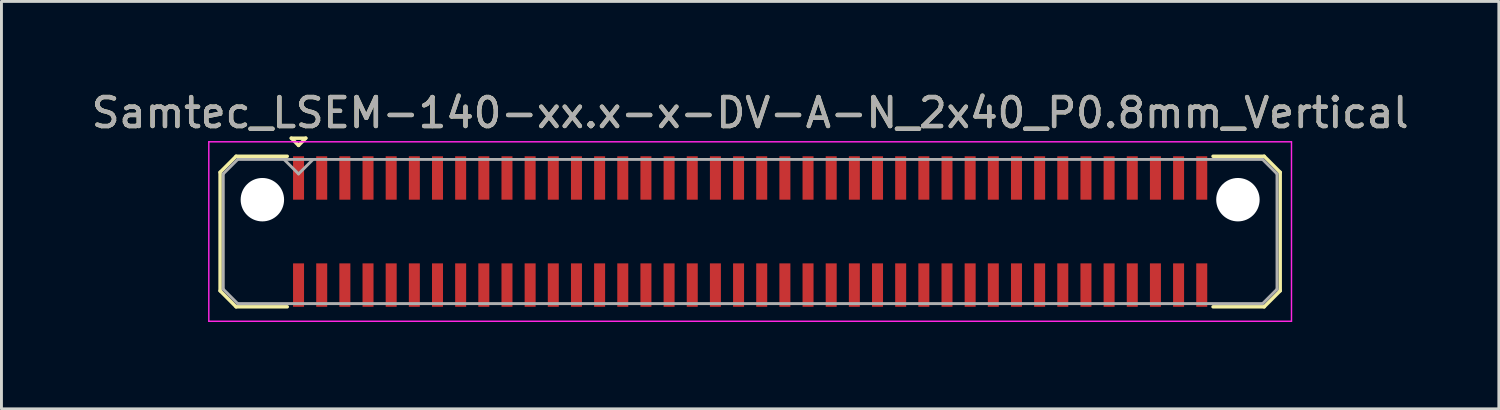
<source format=kicad_pcb>
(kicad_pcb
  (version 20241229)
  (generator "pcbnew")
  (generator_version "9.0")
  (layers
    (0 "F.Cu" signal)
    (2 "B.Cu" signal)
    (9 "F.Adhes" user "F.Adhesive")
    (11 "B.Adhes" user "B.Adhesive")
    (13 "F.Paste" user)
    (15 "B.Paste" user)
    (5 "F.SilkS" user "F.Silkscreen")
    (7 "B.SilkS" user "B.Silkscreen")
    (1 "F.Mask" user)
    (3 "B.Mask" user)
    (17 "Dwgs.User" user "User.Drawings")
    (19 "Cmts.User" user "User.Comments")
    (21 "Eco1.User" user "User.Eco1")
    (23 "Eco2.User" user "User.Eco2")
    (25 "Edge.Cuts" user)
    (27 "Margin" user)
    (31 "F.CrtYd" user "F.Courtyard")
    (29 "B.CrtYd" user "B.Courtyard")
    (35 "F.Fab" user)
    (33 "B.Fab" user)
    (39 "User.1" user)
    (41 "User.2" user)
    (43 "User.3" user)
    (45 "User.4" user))
  (footprint "Samtec_LSEM-140-xx.x-x-DV-A-N_2x40_P0.8mm_Vertical"
    (layer "F.Cu")
    (at 22.863 4.948)
    (property "Reference" "Samtec_LSEM-140-xx.x-x-DV-A-N_2x40_P0.8mm_Vertical" (at 0 -4.1 0) (layer "F.SilkS") (effects (font (size 1 1) (thickness 0.15))))
    (attr smd)
    (fp_line (start -18.31 -2.047) (end -18.31 2.047) (stroke (width 0.12) (type solid)) (layer "F.SilkS"))
    (fp_line (start -18.31 2.047) (end -17.757 2.6) (stroke (width 0.12) (type solid)) (layer "F.SilkS"))
    (fp_line (start -17.757 -2.6) (end -18.31 -2.047) (stroke (width 0.12) (type solid)) (layer "F.SilkS"))
    (fp_line (start -17.757 2.6) (end -15.99 2.6) (stroke (width 0.12) (type solid)) (layer "F.SilkS"))
    (fp_line (start -15.99 -2.6) (end -17.757 -2.6) (stroke (width 0.12) (type solid)) (layer "F.SilkS"))
    (fp_line (start -15.85 -3.225) (end -15.35 -3.225) (stroke (width 0.12) (type solid)) (layer "F.SilkS"))
    (fp_line (start -15.6 -2.975) (end -15.85 -3.225) (stroke (width 0.12) (type solid)) (layer "F.SilkS"))
    (fp_line (start -15.35 -3.225) (end -15.6 -2.975) (stroke (width 0.12) (type solid)) (layer "F.SilkS"))
    (fp_line (start 15.99 -2.6) (end 17.757 -2.6) (stroke (width 0.12) (type solid)) (layer "F.SilkS"))
    (fp_line (start 17.757 -2.6) (end 18.31 -2.047) (stroke (width 0.12) (type solid)) (layer "F.SilkS"))
    (fp_line (start 17.757 2.6) (end 15.99 2.6) (stroke (width 0.12) (type solid)) (layer "F.SilkS"))
    (fp_line (start 18.31 -2.047) (end 18.31 2.047) (stroke (width 0.12) (type solid)) (layer "F.SilkS"))
    (fp_line (start 18.31 2.047) (end 17.757 2.6) (stroke (width 0.12) (type solid)) (layer "F.SilkS"))
    (fp_line (start -18.7 -3.1) (end -18.7 3.1) (stroke (width 0.05) (type solid)) (layer "F.CrtYd"))
    (fp_line (start -18.7 3.1) (end 18.7 3.1) (stroke (width 0.05) (type solid)) (layer "F.CrtYd"))
    (fp_line (start 18.7 -3.1) (end -18.7 -3.1) (stroke (width 0.05) (type solid)) (layer "F.CrtYd"))
    (fp_line (start 18.7 3.1) (end 18.7 -3.1) (stroke (width 0.05) (type solid)) (layer "F.CrtYd"))
    (fp_line (start -18.2 -1.992) (end -18.2 1.992) (stroke (width 0.1) (type solid)) (layer "F.Fab"))
    (fp_line (start -18.2 1.992) (end -17.702 2.49) (stroke (width 0.1) (type solid)) (layer "F.Fab"))
    (fp_line (start -17.702 -2.49) (end -18.2 -1.992) (stroke (width 0.1) (type solid)) (layer "F.Fab"))
    (fp_line (start -17.702 2.49) (end 17.702 2.49) (stroke (width 0.1) (type solid)) (layer "F.Fab"))
    (fp_line (start -15.6 -1.99) (end -16.1 -2.49) (stroke (width 0.1) (type solid)) (layer "F.Fab"))
    (fp_line (start -15.1 -2.49) (end -15.6 -1.99) (stroke (width 0.1) (type solid)) (layer "F.Fab"))
    (fp_line (start 17.702 -2.49) (end -17.702 -2.49) (stroke (width 0.1) (type solid)) (layer "F.Fab"))
    (fp_line (start 17.702 2.49) (end 18.2 1.992) (stroke (width 0.1) (type solid)) (layer "F.Fab"))
    (fp_line (start 18.2 -1.992) (end 17.702 -2.49) (stroke (width 0.1) (type solid)) (layer "F.Fab"))
    (fp_line (start 18.2 1.992) (end 18.2 -1.992) (stroke (width 0.1) (type solid)) (layer "F.Fab"))
    (fp_text user "${REFERENCE}" (at 0 -4.1 0) (layer "F.Fab") (effects (font (size 1 1) (thickness 0.15))))
    (pad "" np_thru_hole circle (at -16.85 -1.1) (size 1.5 1.5) (drill 1.5) (layers "*.Cu" "*.Mask"))
    (pad "" np_thru_hole circle (at 16.85 -1.1) (size 1.5 1.5) (drill 1.5) (layers "*.Cu" "*.Mask"))
    (pad "1" smd rect (at -15.6 -1.85) (size 0.38 1.5) (layers "F.Cu" "F.Mask" "F.Paste"))
    (pad "2" smd rect (at -15.6 1.85) (size 0.38 1.5) (layers "F.Cu" "F.Mask" "F.Paste"))
    (pad "3" smd rect (at -14.8 -1.85) (size 0.38 1.5) (layers "F.Cu" "F.Mask" "F.Paste"))
    (pad "4" smd rect (at -14.8 1.85) (size 0.38 1.5) (layers "F.Cu" "F.Mask" "F.Paste"))
    (pad "5" smd rect (at -14 -1.85) (size 0.38 1.5) (layers "F.Cu" "F.Mask" "F.Paste"))
    (pad "6" smd rect (at -14 1.85) (size 0.38 1.5) (layers "F.Cu" "F.Mask" "F.Paste"))
    (pad "7" smd rect (at -13.2 -1.85) (size 0.38 1.5) (layers "F.Cu" "F.Mask" "F.Paste"))
    (pad "8" smd rect (at -13.2 1.85) (size 0.38 1.5) (layers "F.Cu" "F.Mask" "F.Paste"))
    (pad "9" smd rect (at -12.4 -1.85) (size 0.38 1.5) (layers "F.Cu" "F.Mask" "F.Paste"))
    (pad "10" smd rect (at -12.4 1.85) (size 0.38 1.5) (layers "F.Cu" "F.Mask" "F.Paste"))
    (pad "11" smd rect (at -11.6 -1.85) (size 0.38 1.5) (layers "F.Cu" "F.Mask" "F.Paste"))
    (pad "12" smd rect (at -11.6 1.85) (size 0.38 1.5) (layers "F.Cu" "F.Mask" "F.Paste"))
    (pad "13" smd rect (at -10.8 -1.85) (size 0.38 1.5) (layers "F.Cu" "F.Mask" "F.Paste"))
    (pad "14" smd rect (at -10.8 1.85) (size 0.38 1.5) (layers "F.Cu" "F.Mask" "F.Paste"))
    (pad "15" smd rect (at -10 -1.85) (size 0.38 1.5) (layers "F.Cu" "F.Mask" "F.Paste"))
    (pad "16" smd rect (at -10 1.85) (size 0.38 1.5) (layers "F.Cu" "F.Mask" "F.Paste"))
    (pad "17" smd rect (at -9.2 -1.85) (size 0.38 1.5) (layers "F.Cu" "F.Mask" "F.Paste"))
    (pad "18" smd rect (at -9.2 1.85) (size 0.38 1.5) (layers "F.Cu" "F.Mask" "F.Paste"))
    (pad "19" smd rect (at -8.4 -1.85) (size 0.38 1.5) (layers "F.Cu" "F.Mask" "F.Paste"))
    (pad "20" smd rect (at -8.4 1.85) (size 0.38 1.5) (layers "F.Cu" "F.Mask" "F.Paste"))
    (pad "21" smd rect (at -7.6 -1.85) (size 0.38 1.5) (layers "F.Cu" "F.Mask" "F.Paste"))
    (pad "22" smd rect (at -7.6 1.85) (size 0.38 1.5) (layers "F.Cu" "F.Mask" "F.Paste"))
    (pad "23" smd rect (at -6.8 -1.85) (size 0.38 1.5) (layers "F.Cu" "F.Mask" "F.Paste"))
    (pad "24" smd rect (at -6.8 1.85) (size 0.38 1.5) (layers "F.Cu" "F.Mask" "F.Paste"))
    (pad "25" smd rect (at -6 -1.85) (size 0.38 1.5) (layers "F.Cu" "F.Mask" "F.Paste"))
    (pad "26" smd rect (at -6 1.85) (size 0.38 1.5) (layers "F.Cu" "F.Mask" "F.Paste"))
    (pad "27" smd rect (at -5.2 -1.85) (size 0.38 1.5) (layers "F.Cu" "F.Mask" "F.Paste"))
    (pad "28" smd rect (at -5.2 1.85) (size 0.38 1.5) (layers "F.Cu" "F.Mask" "F.Paste"))
    (pad "29" smd rect (at -4.4 -1.85) (size 0.38 1.5) (layers "F.Cu" "F.Mask" "F.Paste"))
    (pad "30" smd rect (at -4.4 1.85) (size 0.38 1.5) (layers "F.Cu" "F.Mask" "F.Paste"))
    (pad "31" smd rect (at -3.6 -1.85) (size 0.38 1.5) (layers "F.Cu" "F.Mask" "F.Paste"))
    (pad "32" smd rect (at -3.6 1.85) (size 0.38 1.5) (layers "F.Cu" "F.Mask" "F.Paste"))
    (pad "33" smd rect (at -2.8 -1.85) (size 0.38 1.5) (layers "F.Cu" "F.Mask" "F.Paste"))
    (pad "34" smd rect (at -2.8 1.85) (size 0.38 1.5) (layers "F.Cu" "F.Mask" "F.Paste"))
    (pad "35" smd rect (at -2 -1.85) (size 0.38 1.5) (layers "F.Cu" "F.Mask" "F.Paste"))
    (pad "36" smd rect (at -2 1.85) (size 0.38 1.5) (layers "F.Cu" "F.Mask" "F.Paste"))
    (pad "37" smd rect (at -1.2 -1.85) (size 0.38 1.5) (layers "F.Cu" "F.Mask" "F.Paste"))
    (pad "38" smd rect (at -1.2 1.85) (size 0.38 1.5) (layers "F.Cu" "F.Mask" "F.Paste"))
    (pad "39" smd rect (at -0.4 -1.85) (size 0.38 1.5) (layers "F.Cu" "F.Mask" "F.Paste"))
    (pad "40" smd rect (at -0.4 1.85) (size 0.38 1.5) (layers "F.Cu" "F.Mask" "F.Paste"))
    (pad "41" smd rect (at 0.4 -1.85) (size 0.38 1.5) (layers "F.Cu" "F.Mask" "F.Paste"))
    (pad "42" smd rect (at 0.4 1.85) (size 0.38 1.5) (layers "F.Cu" "F.Mask" "F.Paste"))
    (pad "43" smd rect (at 1.2 -1.85) (size 0.38 1.5) (layers "F.Cu" "F.Mask" "F.Paste"))
    (pad "44" smd rect (at 1.2 1.85) (size 0.38 1.5) (layers "F.Cu" "F.Mask" "F.Paste"))
    (pad "45" smd rect (at 2 -1.85) (size 0.38 1.5) (layers "F.Cu" "F.Mask" "F.Paste"))
    (pad "46" smd rect (at 2 1.85) (size 0.38 1.5) (layers "F.Cu" "F.Mask" "F.Paste"))
    (pad "47" smd rect (at 2.8 -1.85) (size 0.38 1.5) (layers "F.Cu" "F.Mask" "F.Paste"))
    (pad "48" smd rect (at 2.8 1.85) (size 0.38 1.5) (layers "F.Cu" "F.Mask" "F.Paste"))
    (pad "49" smd rect (at 3.6 -1.85) (size 0.38 1.5) (layers "F.Cu" "F.Mask" "F.Paste"))
    (pad "50" smd rect (at 3.6 1.85) (size 0.38 1.5) (layers "F.Cu" "F.Mask" "F.Paste"))
    (pad "51" smd rect (at 4.4 -1.85) (size 0.38 1.5) (layers "F.Cu" "F.Mask" "F.Paste"))
    (pad "52" smd rect (at 4.4 1.85) (size 0.38 1.5) (layers "F.Cu" "F.Mask" "F.Paste"))
    (pad "53" smd rect (at 5.2 -1.85) (size 0.38 1.5) (layers "F.Cu" "F.Mask" "F.Paste"))
    (pad "54" smd rect (at 5.2 1.85) (size 0.38 1.5) (layers "F.Cu" "F.Mask" "F.Paste"))
    (pad "55" smd rect (at 6 -1.85) (size 0.38 1.5) (layers "F.Cu" "F.Mask" "F.Paste"))
    (pad "56" smd rect (at 6 1.85) (size 0.38 1.5) (layers "F.Cu" "F.Mask" "F.Paste"))
    (pad "57" smd rect (at 6.8 -1.85) (size 0.38 1.5) (layers "F.Cu" "F.Mask" "F.Paste"))
    (pad "58" smd rect (at 6.8 1.85) (size 0.38 1.5) (layers "F.Cu" "F.Mask" "F.Paste"))
    (pad "59" smd rect (at 7.6 -1.85) (size 0.38 1.5) (layers "F.Cu" "F.Mask" "F.Paste"))
    (pad "60" smd rect (at 7.6 1.85) (size 0.38 1.5) (layers "F.Cu" "F.Mask" "F.Paste"))
    (pad "61" smd rect (at 8.4 -1.85) (size 0.38 1.5) (layers "F.Cu" "F.Mask" "F.Paste"))
    (pad "62" smd rect (at 8.4 1.85) (size 0.38 1.5) (layers "F.Cu" "F.Mask" "F.Paste"))
    (pad "63" smd rect (at 9.2 -1.85) (size 0.38 1.5) (layers "F.Cu" "F.Mask" "F.Paste"))
    (pad "64" smd rect (at 9.2 1.85) (size 0.38 1.5) (layers "F.Cu" "F.Mask" "F.Paste"))
    (pad "65" smd rect (at 10 -1.85) (size 0.38 1.5) (layers "F.Cu" "F.Mask" "F.Paste"))
    (pad "66" smd rect (at 10 1.85) (size 0.38 1.5) (layers "F.Cu" "F.Mask" "F.Paste"))
    (pad "67" smd rect (at 10.8 -1.85) (size 0.38 1.5) (layers "F.Cu" "F.Mask" "F.Paste"))
    (pad "68" smd rect (at 10.8 1.85) (size 0.38 1.5) (layers "F.Cu" "F.Mask" "F.Paste"))
    (pad "69" smd rect (at 11.6 -1.85) (size 0.38 1.5) (layers "F.Cu" "F.Mask" "F.Paste"))
    (pad "70" smd rect (at 11.6 1.85) (size 0.38 1.5) (layers "F.Cu" "F.Mask" "F.Paste"))
    (pad "71" smd rect (at 12.4 -1.85) (size 0.38 1.5) (layers "F.Cu" "F.Mask" "F.Paste"))
    (pad "72" smd rect (at 12.4 1.85) (size 0.38 1.5) (layers "F.Cu" "F.Mask" "F.Paste"))
    (pad "73" smd rect (at 13.2 -1.85) (size 0.38 1.5) (layers "F.Cu" "F.Mask" "F.Paste"))
    (pad "74" smd rect (at 13.2 1.85) (size 0.38 1.5) (layers "F.Cu" "F.Mask" "F.Paste"))
    (pad "75" smd rect (at 14 -1.85) (size 0.38 1.5) (layers "F.Cu" "F.Mask" "F.Paste"))
    (pad "76" smd rect (at 14 1.85) (size 0.38 1.5) (layers "F.Cu" "F.Mask" "F.Paste"))
    (pad "77" smd rect (at 14.8 -1.85) (size 0.38 1.5) (layers "F.Cu" "F.Mask" "F.Paste"))
    (pad "78" smd rect (at 14.8 1.85) (size 0.38 1.5) (layers "F.Cu" "F.Mask" "F.Paste"))
    (pad "79" smd rect (at 15.6 -1.85) (size 0.38 1.5) (layers "F.Cu" "F.Mask" "F.Paste"))
    (pad "80" smd rect (at 15.6 1.85) (size 0.38 1.5) (layers "F.Cu" "F.Mask" "F.Paste")))
  (gr_rect
    (start -3 -3)
    (end 48.726 11.073)
    (stroke (width 0.1) (type default))
    (fill no)
    (layer "Edge.Cuts")))
</source>
